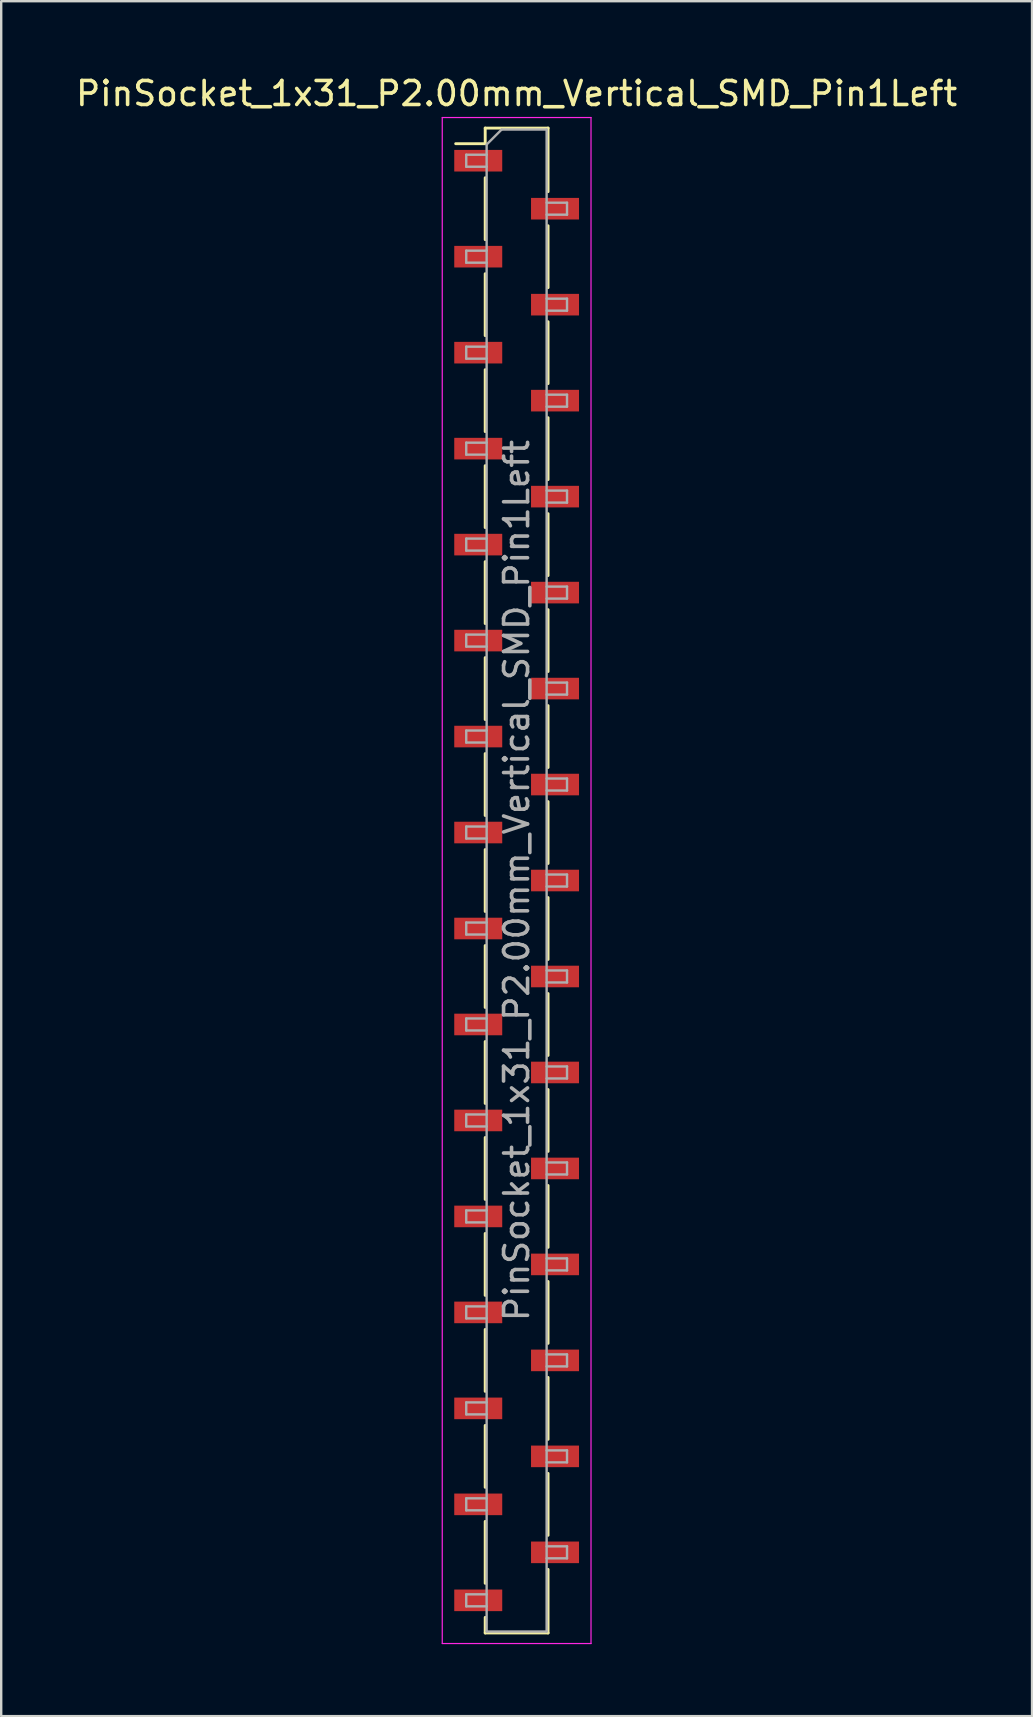
<source format=kicad_pcb>
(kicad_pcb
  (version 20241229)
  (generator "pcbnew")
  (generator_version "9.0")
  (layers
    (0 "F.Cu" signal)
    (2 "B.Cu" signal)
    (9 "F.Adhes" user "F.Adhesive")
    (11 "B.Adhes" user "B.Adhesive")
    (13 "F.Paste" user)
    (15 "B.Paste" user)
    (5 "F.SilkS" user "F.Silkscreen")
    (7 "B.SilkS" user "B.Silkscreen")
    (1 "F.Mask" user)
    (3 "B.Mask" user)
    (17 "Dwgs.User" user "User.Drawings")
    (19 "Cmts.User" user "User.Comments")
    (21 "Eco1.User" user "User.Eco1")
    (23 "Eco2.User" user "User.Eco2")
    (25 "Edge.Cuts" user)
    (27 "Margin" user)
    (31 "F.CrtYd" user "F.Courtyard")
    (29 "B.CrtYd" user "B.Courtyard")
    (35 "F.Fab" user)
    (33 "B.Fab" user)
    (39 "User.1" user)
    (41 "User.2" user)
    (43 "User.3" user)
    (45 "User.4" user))
  (footprint "PinSocket_1x31_P2.00mm_Vertical_SMD_Pin1Left"
    (layer "F.Cu")
    (at 18.482 33.648)
    (property "Reference" "PinSocket_1x31_P2.00mm_Vertical_SMD_Pin1Left" (at 0 -32.8 0) (layer "F.SilkS") (effects (font (size 1 1) (thickness 0.15))))
    (attr smd)
    (fp_line (start -2.54 -30.71) (end -1.31 -30.71) (stroke (width 0.12) (type solid)) (layer "F.SilkS"))
    (fp_line (start -1.31 -31.36) (end -1.31 -30.71) (stroke (width 0.12) (type solid)) (layer "F.SilkS"))
    (fp_line (start -1.31 -31.36) (end 1.31 -31.36) (stroke (width 0.12) (type solid)) (layer "F.SilkS"))
    (fp_line (start -1.31 -29.29) (end -1.31 -26.71) (stroke (width 0.12) (type solid)) (layer "F.SilkS"))
    (fp_line (start -1.31 -25.29) (end -1.31 -22.71) (stroke (width 0.12) (type solid)) (layer "F.SilkS"))
    (fp_line (start -1.31 -21.29) (end -1.31 -18.71) (stroke (width 0.12) (type solid)) (layer "F.SilkS"))
    (fp_line (start -1.31 -17.29) (end -1.31 -14.71) (stroke (width 0.12) (type solid)) (layer "F.SilkS"))
    (fp_line (start -1.31 -13.29) (end -1.31 -10.71) (stroke (width 0.12) (type solid)) (layer "F.SilkS"))
    (fp_line (start -1.31 -9.29) (end -1.31 -6.71) (stroke (width 0.12) (type solid)) (layer "F.SilkS"))
    (fp_line (start -1.31 -5.29) (end -1.31 -2.71) (stroke (width 0.12) (type solid)) (layer "F.SilkS"))
    (fp_line (start -1.31 -1.29) (end -1.31 1.29) (stroke (width 0.12) (type solid)) (layer "F.SilkS"))
    (fp_line (start -1.31 2.71) (end -1.31 5.29) (stroke (width 0.12) (type solid)) (layer "F.SilkS"))
    (fp_line (start -1.31 6.71) (end -1.31 9.29) (stroke (width 0.12) (type solid)) (layer "F.SilkS"))
    (fp_line (start -1.31 10.71) (end -1.31 13.29) (stroke (width 0.12) (type solid)) (layer "F.SilkS"))
    (fp_line (start -1.31 14.71) (end -1.31 17.29) (stroke (width 0.12) (type solid)) (layer "F.SilkS"))
    (fp_line (start -1.31 18.71) (end -1.31 21.29) (stroke (width 0.12) (type solid)) (layer "F.SilkS"))
    (fp_line (start -1.31 22.71) (end -1.31 25.29) (stroke (width 0.12) (type solid)) (layer "F.SilkS"))
    (fp_line (start -1.31 26.71) (end -1.31 29.29) (stroke (width 0.12) (type solid)) (layer "F.SilkS"))
    (fp_line (start -1.31 30.71) (end -1.31 31.36) (stroke (width 0.12) (type solid)) (layer "F.SilkS"))
    (fp_line (start -1.31 31.36) (end 1.31 31.36) (stroke (width 0.12) (type solid)) (layer "F.SilkS"))
    (fp_line (start 1.31 -31.36) (end 1.31 -28.71) (stroke (width 0.12) (type solid)) (layer "F.SilkS"))
    (fp_line (start 1.31 -27.29) (end 1.31 -24.71) (stroke (width 0.12) (type solid)) (layer "F.SilkS"))
    (fp_line (start 1.31 -23.29) (end 1.31 -20.71) (stroke (width 0.12) (type solid)) (layer "F.SilkS"))
    (fp_line (start 1.31 -19.29) (end 1.31 -16.71) (stroke (width 0.12) (type solid)) (layer "F.SilkS"))
    (fp_line (start 1.31 -15.29) (end 1.31 -12.71) (stroke (width 0.12) (type solid)) (layer "F.SilkS"))
    (fp_line (start 1.31 -11.29) (end 1.31 -8.71) (stroke (width 0.12) (type solid)) (layer "F.SilkS"))
    (fp_line (start 1.31 -7.29) (end 1.31 -4.71) (stroke (width 0.12) (type solid)) (layer "F.SilkS"))
    (fp_line (start 1.31 -3.29) (end 1.31 -0.71) (stroke (width 0.12) (type solid)) (layer "F.SilkS"))
    (fp_line (start 1.31 0.71) (end 1.31 3.29) (stroke (width 0.12) (type solid)) (layer "F.SilkS"))
    (fp_line (start 1.31 4.71) (end 1.31 7.29) (stroke (width 0.12) (type solid)) (layer "F.SilkS"))
    (fp_line (start 1.31 8.71) (end 1.31 11.29) (stroke (width 0.12) (type solid)) (layer "F.SilkS"))
    (fp_line (start 1.31 12.71) (end 1.31 15.29) (stroke (width 0.12) (type solid)) (layer "F.SilkS"))
    (fp_line (start 1.31 16.71) (end 1.31 19.29) (stroke (width 0.12) (type solid)) (layer "F.SilkS"))
    (fp_line (start 1.31 20.71) (end 1.31 23.29) (stroke (width 0.12) (type solid)) (layer "F.SilkS"))
    (fp_line (start 1.31 24.71) (end 1.31 27.29) (stroke (width 0.12) (type solid)) (layer "F.SilkS"))
    (fp_line (start 1.31 28.71) (end 1.31 31.36) (stroke (width 0.12) (type solid)) (layer "F.SilkS"))
    (fp_line (start -3.1 -31.8) (end 3.1 -31.8) (stroke (width 0.05) (type solid)) (layer "F.CrtYd"))
    (fp_line (start -3.1 31.8) (end -3.1 -31.8) (stroke (width 0.05) (type solid)) (layer "F.CrtYd"))
    (fp_line (start 3.1 -31.8) (end 3.1 31.8) (stroke (width 0.05) (type solid)) (layer "F.CrtYd"))
    (fp_line (start 3.1 31.8) (end -3.1 31.8) (stroke (width 0.05) (type solid)) (layer "F.CrtYd"))
    (fp_line (start -2.1 -30.25) (end -1.25 -30.25) (stroke (width 0.1) (type solid)) (layer "F.Fab"))
    (fp_line (start -2.1 -29.75) (end -2.1 -30.25) (stroke (width 0.1) (type solid)) (layer "F.Fab"))
    (fp_line (start -2.1 -26.25) (end -1.25 -26.25) (stroke (width 0.1) (type solid)) (layer "F.Fab"))
    (fp_line (start -2.1 -25.75) (end -2.1 -26.25) (stroke (width 0.1) (type solid)) (layer "F.Fab"))
    (fp_line (start -2.1 -22.25) (end -1.25 -22.25) (stroke (width 0.1) (type solid)) (layer "F.Fab"))
    (fp_line (start -2.1 -21.75) (end -2.1 -22.25) (stroke (width 0.1) (type solid)) (layer "F.Fab"))
    (fp_line (start -2.1 -18.25) (end -1.25 -18.25) (stroke (width 0.1) (type solid)) (layer "F.Fab"))
    (fp_line (start -2.1 -17.75) (end -2.1 -18.25) (stroke (width 0.1) (type solid)) (layer "F.Fab"))
    (fp_line (start -2.1 -14.25) (end -1.25 -14.25) (stroke (width 0.1) (type solid)) (layer "F.Fab"))
    (fp_line (start -2.1 -13.75) (end -2.1 -14.25) (stroke (width 0.1) (type solid)) (layer "F.Fab"))
    (fp_line (start -2.1 -10.25) (end -1.25 -10.25) (stroke (width 0.1) (type solid)) (layer "F.Fab"))
    (fp_line (start -2.1 -9.75) (end -2.1 -10.25) (stroke (width 0.1) (type solid)) (layer "F.Fab"))
    (fp_line (start -2.1 -6.25) (end -1.25 -6.25) (stroke (width 0.1) (type solid)) (layer "F.Fab"))
    (fp_line (start -2.1 -5.75) (end -2.1 -6.25) (stroke (width 0.1) (type solid)) (layer "F.Fab"))
    (fp_line (start -2.1 -2.25) (end -1.25 -2.25) (stroke (width 0.1) (type solid)) (layer "F.Fab"))
    (fp_line (start -2.1 -1.75) (end -2.1 -2.25) (stroke (width 0.1) (type solid)) (layer "F.Fab"))
    (fp_line (start -2.1 1.75) (end -1.25 1.75) (stroke (width 0.1) (type solid)) (layer "F.Fab"))
    (fp_line (start -2.1 2.25) (end -2.1 1.75) (stroke (width 0.1) (type solid)) (layer "F.Fab"))
    (fp_line (start -2.1 5.75) (end -1.25 5.75) (stroke (width 0.1) (type solid)) (layer "F.Fab"))
    (fp_line (start -2.1 6.25) (end -2.1 5.75) (stroke (width 0.1) (type solid)) (layer "F.Fab"))
    (fp_line (start -2.1 9.75) (end -1.25 9.75) (stroke (width 0.1) (type solid)) (layer "F.Fab"))
    (fp_line (start -2.1 10.25) (end -2.1 9.75) (stroke (width 0.1) (type solid)) (layer "F.Fab"))
    (fp_line (start -2.1 13.75) (end -1.25 13.75) (stroke (width 0.1) (type solid)) (layer "F.Fab"))
    (fp_line (start -2.1 14.25) (end -2.1 13.75) (stroke (width 0.1) (type solid)) (layer "F.Fab"))
    (fp_line (start -2.1 17.75) (end -1.25 17.75) (stroke (width 0.1) (type solid)) (layer "F.Fab"))
    (fp_line (start -2.1 18.25) (end -2.1 17.75) (stroke (width 0.1) (type solid)) (layer "F.Fab"))
    (fp_line (start -2.1 21.75) (end -1.25 21.75) (stroke (width 0.1) (type solid)) (layer "F.Fab"))
    (fp_line (start -2.1 22.25) (end -2.1 21.75) (stroke (width 0.1) (type solid)) (layer "F.Fab"))
    (fp_line (start -2.1 25.75) (end -1.25 25.75) (stroke (width 0.1) (type solid)) (layer "F.Fab"))
    (fp_line (start -2.1 26.25) (end -2.1 25.75) (stroke (width 0.1) (type solid)) (layer "F.Fab"))
    (fp_line (start -2.1 29.75) (end -1.25 29.75) (stroke (width 0.1) (type solid)) (layer "F.Fab"))
    (fp_line (start -2.1 30.25) (end -2.1 29.75) (stroke (width 0.1) (type solid)) (layer "F.Fab"))
    (fp_line (start -1.25 -30.675) (end -0.625 -31.3) (stroke (width 0.1) (type solid)) (layer "F.Fab"))
    (fp_line (start -1.25 -29.75) (end -2.1 -29.75) (stroke (width 0.1) (type solid)) (layer "F.Fab"))
    (fp_line (start -1.25 -25.75) (end -2.1 -25.75) (stroke (width 0.1) (type solid)) (layer "F.Fab"))
    (fp_line (start -1.25 -21.75) (end -2.1 -21.75) (stroke (width 0.1) (type solid)) (layer "F.Fab"))
    (fp_line (start -1.25 -17.75) (end -2.1 -17.75) (stroke (width 0.1) (type solid)) (layer "F.Fab"))
    (fp_line (start -1.25 -13.75) (end -2.1 -13.75) (stroke (width 0.1) (type solid)) (layer "F.Fab"))
    (fp_line (start -1.25 -9.75) (end -2.1 -9.75) (stroke (width 0.1) (type solid)) (layer "F.Fab"))
    (fp_line (start -1.25 -5.75) (end -2.1 -5.75) (stroke (width 0.1) (type solid)) (layer "F.Fab"))
    (fp_line (start -1.25 -1.75) (end -2.1 -1.75) (stroke (width 0.1) (type solid)) (layer "F.Fab"))
    (fp_line (start -1.25 2.25) (end -2.1 2.25) (stroke (width 0.1) (type solid)) (layer "F.Fab"))
    (fp_line (start -1.25 6.25) (end -2.1 6.25) (stroke (width 0.1) (type solid)) (layer "F.Fab"))
    (fp_line (start -1.25 10.25) (end -2.1 10.25) (stroke (width 0.1) (type solid)) (layer "F.Fab"))
    (fp_line (start -1.25 14.25) (end -2.1 14.25) (stroke (width 0.1) (type solid)) (layer "F.Fab"))
    (fp_line (start -1.25 18.25) (end -2.1 18.25) (stroke (width 0.1) (type solid)) (layer "F.Fab"))
    (fp_line (start -1.25 22.25) (end -2.1 22.25) (stroke (width 0.1) (type solid)) (layer "F.Fab"))
    (fp_line (start -1.25 26.25) (end -2.1 26.25) (stroke (width 0.1) (type solid)) (layer "F.Fab"))
    (fp_line (start -1.25 30.25) (end -2.1 30.25) (stroke (width 0.1) (type solid)) (layer "F.Fab"))
    (fp_line (start -1.25 31.3) (end -1.25 -30.675) (stroke (width 0.1) (type solid)) (layer "F.Fab"))
    (fp_line (start -0.625 -31.3) (end 1.25 -31.3) (stroke (width 0.1) (type solid)) (layer "F.Fab"))
    (fp_line (start 1.25 -31.3) (end 1.25 31.3) (stroke (width 0.1) (type solid)) (layer "F.Fab"))
    (fp_line (start 1.25 -28.25) (end 2.1 -28.25) (stroke (width 0.1) (type solid)) (layer "F.Fab"))
    (fp_line (start 1.25 -24.25) (end 2.1 -24.25) (stroke (width 0.1) (type solid)) (layer "F.Fab"))
    (fp_line (start 1.25 -20.25) (end 2.1 -20.25) (stroke (width 0.1) (type solid)) (layer "F.Fab"))
    (fp_line (start 1.25 -16.25) (end 2.1 -16.25) (stroke (width 0.1) (type solid)) (layer "F.Fab"))
    (fp_line (start 1.25 -12.25) (end 2.1 -12.25) (stroke (width 0.1) (type solid)) (layer "F.Fab"))
    (fp_line (start 1.25 -8.25) (end 2.1 -8.25) (stroke (width 0.1) (type solid)) (layer "F.Fab"))
    (fp_line (start 1.25 -4.25) (end 2.1 -4.25) (stroke (width 0.1) (type solid)) (layer "F.Fab"))
    (fp_line (start 1.25 -0.25) (end 2.1 -0.25) (stroke (width 0.1) (type solid)) (layer "F.Fab"))
    (fp_line (start 1.25 3.75) (end 2.1 3.75) (stroke (width 0.1) (type solid)) (layer "F.Fab"))
    (fp_line (start 1.25 7.75) (end 2.1 7.75) (stroke (width 0.1) (type solid)) (layer "F.Fab"))
    (fp_line (start 1.25 11.75) (end 2.1 11.75) (stroke (width 0.1) (type solid)) (layer "F.Fab"))
    (fp_line (start 1.25 15.75) (end 2.1 15.75) (stroke (width 0.1) (type solid)) (layer "F.Fab"))
    (fp_line (start 1.25 19.75) (end 2.1 19.75) (stroke (width 0.1) (type solid)) (layer "F.Fab"))
    (fp_line (start 1.25 23.75) (end 2.1 23.75) (stroke (width 0.1) (type solid)) (layer "F.Fab"))
    (fp_line (start 1.25 27.75) (end 2.1 27.75) (stroke (width 0.1) (type solid)) (layer "F.Fab"))
    (fp_line (start 1.25 31.3) (end -1.25 31.3) (stroke (width 0.1) (type solid)) (layer "F.Fab"))
    (fp_line (start 2.1 -28.25) (end 2.1 -27.75) (stroke (width 0.1) (type solid)) (layer "F.Fab"))
    (fp_line (start 2.1 -27.75) (end 1.25 -27.75) (stroke (width 0.1) (type solid)) (layer "F.Fab"))
    (fp_line (start 2.1 -24.25) (end 2.1 -23.75) (stroke (width 0.1) (type solid)) (layer "F.Fab"))
    (fp_line (start 2.1 -23.75) (end 1.25 -23.75) (stroke (width 0.1) (type solid)) (layer "F.Fab"))
    (fp_line (start 2.1 -20.25) (end 2.1 -19.75) (stroke (width 0.1) (type solid)) (layer "F.Fab"))
    (fp_line (start 2.1 -19.75) (end 1.25 -19.75) (stroke (width 0.1) (type solid)) (layer "F.Fab"))
    (fp_line (start 2.1 -16.25) (end 2.1 -15.75) (stroke (width 0.1) (type solid)) (layer "F.Fab"))
    (fp_line (start 2.1 -15.75) (end 1.25 -15.75) (stroke (width 0.1) (type solid)) (layer "F.Fab"))
    (fp_line (start 2.1 -12.25) (end 2.1 -11.75) (stroke (width 0.1) (type solid)) (layer "F.Fab"))
    (fp_line (start 2.1 -11.75) (end 1.25 -11.75) (stroke (width 0.1) (type solid)) (layer "F.Fab"))
    (fp_line (start 2.1 -8.25) (end 2.1 -7.75) (stroke (width 0.1) (type solid)) (layer "F.Fab"))
    (fp_line (start 2.1 -7.75) (end 1.25 -7.75) (stroke (width 0.1) (type solid)) (layer "F.Fab"))
    (fp_line (start 2.1 -4.25) (end 2.1 -3.75) (stroke (width 0.1) (type solid)) (layer "F.Fab"))
    (fp_line (start 2.1 -3.75) (end 1.25 -3.75) (stroke (width 0.1) (type solid)) (layer "F.Fab"))
    (fp_line (start 2.1 -0.25) (end 2.1 0.25) (stroke (width 0.1) (type solid)) (layer "F.Fab"))
    (fp_line (start 2.1 0.25) (end 1.25 0.25) (stroke (width 0.1) (type solid)) (layer "F.Fab"))
    (fp_line (start 2.1 3.75) (end 2.1 4.25) (stroke (width 0.1) (type solid)) (layer "F.Fab"))
    (fp_line (start 2.1 4.25) (end 1.25 4.25) (stroke (width 0.1) (type solid)) (layer "F.Fab"))
    (fp_line (start 2.1 7.75) (end 2.1 8.25) (stroke (width 0.1) (type solid)) (layer "F.Fab"))
    (fp_line (start 2.1 8.25) (end 1.25 8.25) (stroke (width 0.1) (type solid)) (layer "F.Fab"))
    (fp_line (start 2.1 11.75) (end 2.1 12.25) (stroke (width 0.1) (type solid)) (layer "F.Fab"))
    (fp_line (start 2.1 12.25) (end 1.25 12.25) (stroke (width 0.1) (type solid)) (layer "F.Fab"))
    (fp_line (start 2.1 15.75) (end 2.1 16.25) (stroke (width 0.1) (type solid)) (layer "F.Fab"))
    (fp_line (start 2.1 16.25) (end 1.25 16.25) (stroke (width 0.1) (type solid)) (layer "F.Fab"))
    (fp_line (start 2.1 19.75) (end 2.1 20.25) (stroke (width 0.1) (type solid)) (layer "F.Fab"))
    (fp_line (start 2.1 20.25) (end 1.25 20.25) (stroke (width 0.1) (type solid)) (layer "F.Fab"))
    (fp_line (start 2.1 23.75) (end 2.1 24.25) (stroke (width 0.1) (type solid)) (layer "F.Fab"))
    (fp_line (start 2.1 24.25) (end 1.25 24.25) (stroke (width 0.1) (type solid)) (layer "F.Fab"))
    (fp_line (start 2.1 27.75) (end 2.1 28.25) (stroke (width 0.1) (type solid)) (layer "F.Fab"))
    (fp_line (start 2.1 28.25) (end 1.25 28.25) (stroke (width 0.1) (type solid)) (layer "F.Fab"))
    (fp_text user "${REFERENCE}" (at 0 0 90) (layer "F.Fab") (effects (font (size 1 1) (thickness 0.15))))
    (pad "1" smd rect (at -1.6 -30) (size 2 0.9) (layers "F.Cu" "F.Mask" "F.Paste"))
    (pad "2" smd rect (at 1.6 -28) (size 2 0.9) (layers "F.Cu" "F.Mask" "F.Paste"))
    (pad "3" smd rect (at -1.6 -26) (size 2 0.9) (layers "F.Cu" "F.Mask" "F.Paste"))
    (pad "4" smd rect (at 1.6 -24) (size 2 0.9) (layers "F.Cu" "F.Mask" "F.Paste"))
    (pad "5" smd rect (at -1.6 -22) (size 2 0.9) (layers "F.Cu" "F.Mask" "F.Paste"))
    (pad "6" smd rect (at 1.6 -20) (size 2 0.9) (layers "F.Cu" "F.Mask" "F.Paste"))
    (pad "7" smd rect (at -1.6 -18) (size 2 0.9) (layers "F.Cu" "F.Mask" "F.Paste"))
    (pad "8" smd rect (at 1.6 -16) (size 2 0.9) (layers "F.Cu" "F.Mask" "F.Paste"))
    (pad "9" smd rect (at -1.6 -14) (size 2 0.9) (layers "F.Cu" "F.Mask" "F.Paste"))
    (pad "10" smd rect (at 1.6 -12) (size 2 0.9) (layers "F.Cu" "F.Mask" "F.Paste"))
    (pad "11" smd rect (at -1.6 -10) (size 2 0.9) (layers "F.Cu" "F.Mask" "F.Paste"))
    (pad "12" smd rect (at 1.6 -8) (size 2 0.9) (layers "F.Cu" "F.Mask" "F.Paste"))
    (pad "13" smd rect (at -1.6 -6) (size 2 0.9) (layers "F.Cu" "F.Mask" "F.Paste"))
    (pad "14" smd rect (at 1.6 -4) (size 2 0.9) (layers "F.Cu" "F.Mask" "F.Paste"))
    (pad "15" smd rect (at -1.6 -2) (size 2 0.9) (layers "F.Cu" "F.Mask" "F.Paste"))
    (pad "16" smd rect (at 1.6 0) (size 2 0.9) (layers "F.Cu" "F.Mask" "F.Paste"))
    (pad "17" smd rect (at -1.6 2) (size 2 0.9) (layers "F.Cu" "F.Mask" "F.Paste"))
    (pad "18" smd rect (at 1.6 4) (size 2 0.9) (layers "F.Cu" "F.Mask" "F.Paste"))
    (pad "19" smd rect (at -1.6 6) (size 2 0.9) (layers "F.Cu" "F.Mask" "F.Paste"))
    (pad "20" smd rect (at 1.6 8) (size 2 0.9) (layers "F.Cu" "F.Mask" "F.Paste"))
    (pad "21" smd rect (at -1.6 10) (size 2 0.9) (layers "F.Cu" "F.Mask" "F.Paste"))
    (pad "22" smd rect (at 1.6 12) (size 2 0.9) (layers "F.Cu" "F.Mask" "F.Paste"))
    (pad "23" smd rect (at -1.6 14) (size 2 0.9) (layers "F.Cu" "F.Mask" "F.Paste"))
    (pad "24" smd rect (at 1.6 16) (size 2 0.9) (layers "F.Cu" "F.Mask" "F.Paste"))
    (pad "25" smd rect (at -1.6 18) (size 2 0.9) (layers "F.Cu" "F.Mask" "F.Paste"))
    (pad "26" smd rect (at 1.6 20) (size 2 0.9) (layers "F.Cu" "F.Mask" "F.Paste"))
    (pad "27" smd rect (at -1.6 22) (size 2 0.9) (layers "F.Cu" "F.Mask" "F.Paste"))
    (pad "28" smd rect (at 1.6 24) (size 2 0.9) (layers "F.Cu" "F.Mask" "F.Paste"))
    (pad "29" smd rect (at -1.6 26) (size 2 0.9) (layers "F.Cu" "F.Mask" "F.Paste"))
    (pad "30" smd rect (at 1.6 28) (size 2 0.9) (layers "F.Cu" "F.Mask" "F.Paste"))
    (pad "31" smd rect (at -1.6 30) (size 2 0.9) (layers "F.Cu" "F.Mask" "F.Paste")))
  (gr_rect
    (start -3 -3)
    (end 39.964 68.473)
    (stroke (width 0.1) (type default))
    (fill no)
    (layer "Edge.Cuts")))
</source>
